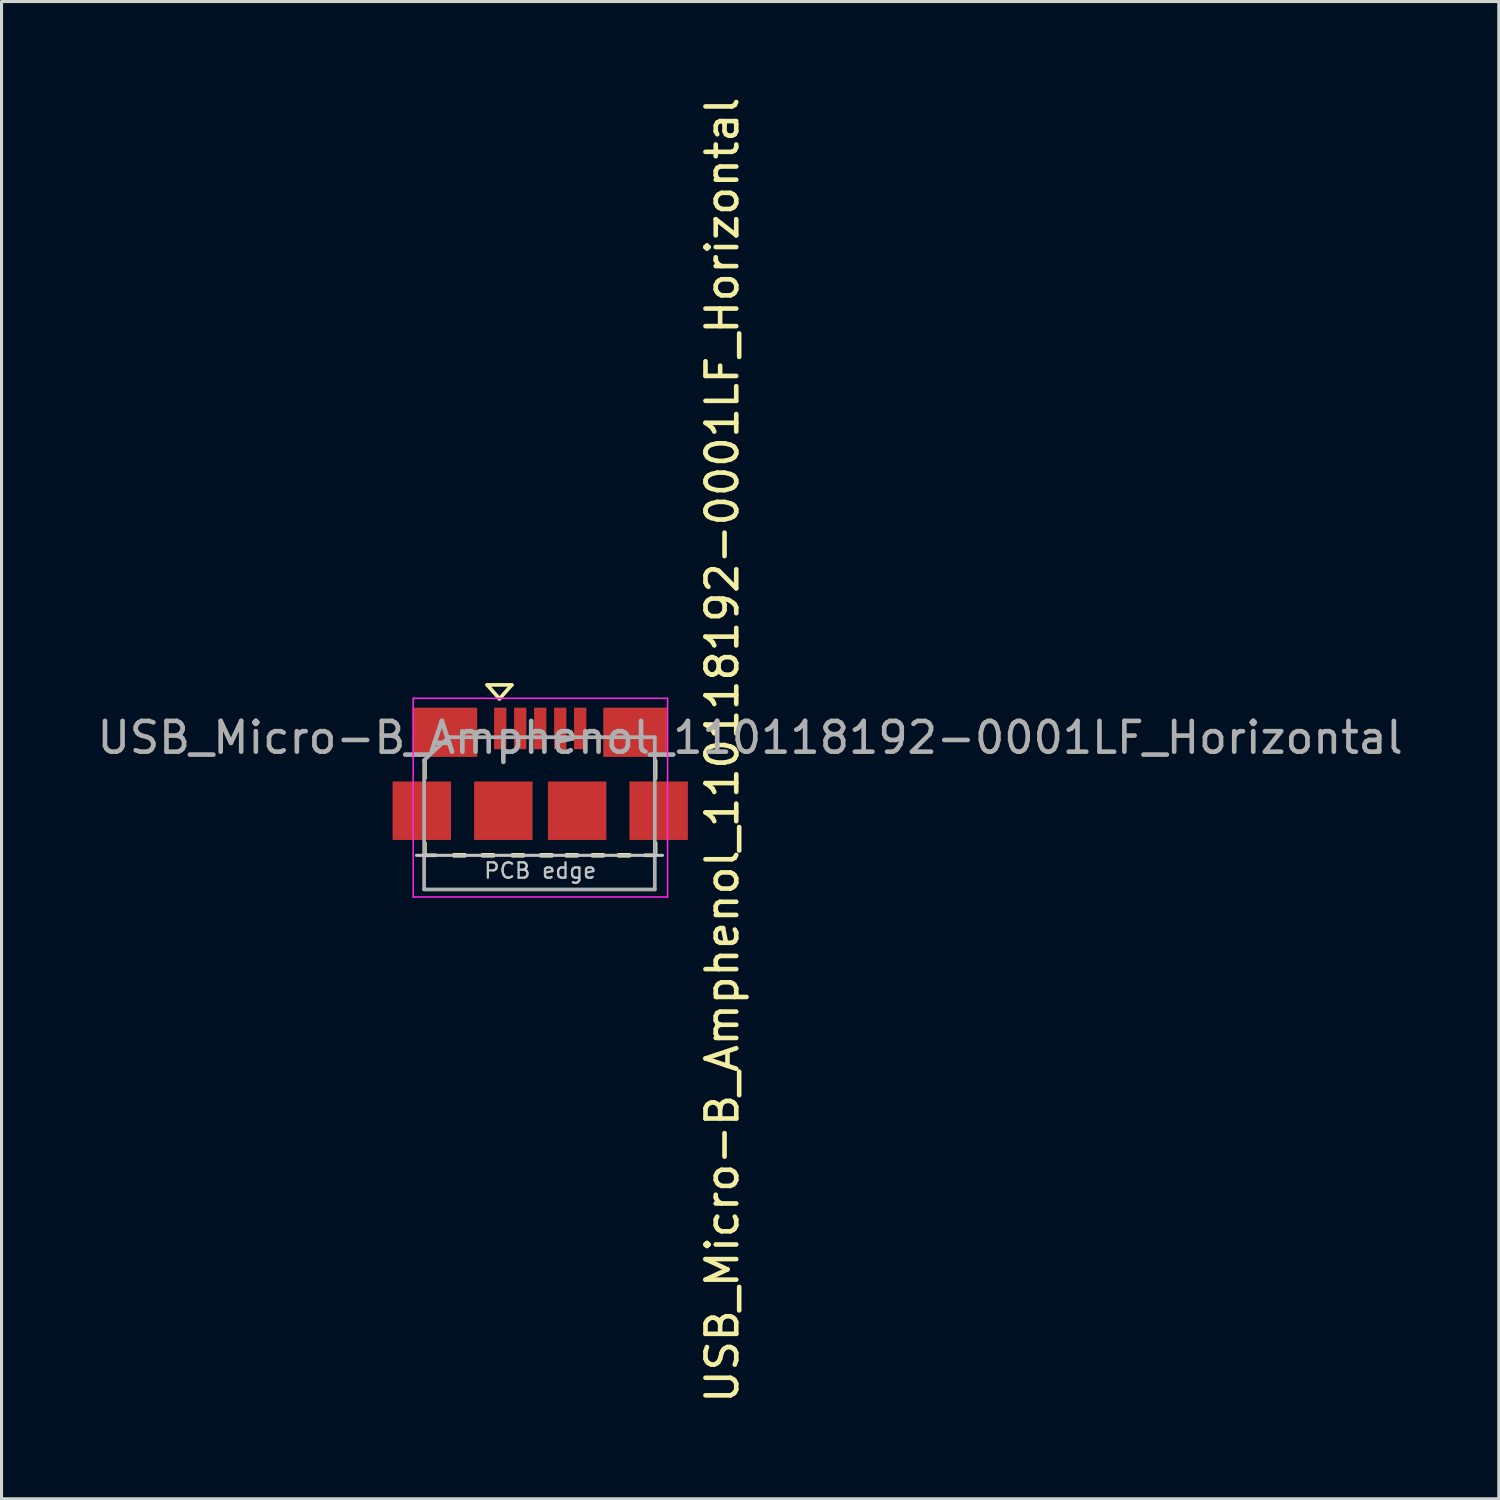
<source format=kicad_pcb>
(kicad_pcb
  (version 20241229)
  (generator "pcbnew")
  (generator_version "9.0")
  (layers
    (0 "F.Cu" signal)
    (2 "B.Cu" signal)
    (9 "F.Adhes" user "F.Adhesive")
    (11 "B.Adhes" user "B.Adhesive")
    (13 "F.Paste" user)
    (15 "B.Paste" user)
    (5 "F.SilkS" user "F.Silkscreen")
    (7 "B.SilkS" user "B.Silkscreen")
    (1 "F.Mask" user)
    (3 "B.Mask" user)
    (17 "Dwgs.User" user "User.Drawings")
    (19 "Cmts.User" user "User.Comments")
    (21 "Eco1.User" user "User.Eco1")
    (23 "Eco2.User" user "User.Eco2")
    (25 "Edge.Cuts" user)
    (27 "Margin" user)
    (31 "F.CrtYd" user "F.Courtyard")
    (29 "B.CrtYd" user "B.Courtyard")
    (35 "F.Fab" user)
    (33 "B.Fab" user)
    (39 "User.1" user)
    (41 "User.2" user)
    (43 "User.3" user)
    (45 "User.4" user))
  (footprint "USB_Micro-B_Amphenol_110118192-0001LF_Horizontal"
    (layer "F.Cu")
    (at 14.514 22.533)
    (property "Reference" "USB_Micro-B_Amphenol_110118192-0001LF_Horizontal" (at 5.918 -1.194 270) (layer "F.SilkS") (effects (font (size 1 1) (thickness 0.15))))
    (attr smd)
    (fp_line (start -3.75 -0.275) (end -3.75 -0.85) (stroke (width 0.12) (type solid)) (layer "F.SilkS"))
    (fp_line (start -3.75 2.225) (end -3.75 1.825) (stroke (width 0.12) (type solid)) (layer "F.SilkS"))
    (fp_line (start -3.4 2.225) (end -3.75 2.225) (stroke (width 0.12) (type solid)) (layer "F.SilkS"))
    (fp_line (start -2.45 2.225) (end -2.8 2.225) (stroke (width 0.15) (type solid)) (layer "F.SilkS"))
    (fp_line (start -1.725 -3.315) (end -0.925 -3.315) (stroke (width 0.12) (type solid)) (layer "F.SilkS"))
    (fp_line (start -1.525 2.225) (end -1.875 2.225) (stroke (width 0.15) (type solid)) (layer "F.SilkS"))
    (fp_line (start -1.325 -2.865) (end -1.725 -3.315) (stroke (width 0.12) (type solid)) (layer "F.SilkS"))
    (fp_line (start -0.925 -3.315) (end -1.325 -2.865) (stroke (width 0.12) (type solid)) (layer "F.SilkS"))
    (fp_line (start -0.55 2.225) (end -0.9 2.225) (stroke (width 0.15) (type solid)) (layer "F.SilkS"))
    (fp_line (start 0.375 2.225) (end 0.025 2.225) (stroke (width 0.15) (type solid)) (layer "F.SilkS"))
    (fp_line (start 1.2 2.225) (end 0.85 2.225) (stroke (width 0.15) (type solid)) (layer "F.SilkS"))
    (fp_line (start 2.05 2.225) (end 1.7 2.225) (stroke (width 0.15) (type solid)) (layer "F.SilkS"))
    (fp_line (start 2.9 2.225) (end 2.55 2.225) (stroke (width 0.15) (type solid)) (layer "F.SilkS"))
    (fp_line (start 3.75 -0.85) (end 3.75 -0.275) (stroke (width 0.12) (type solid)) (layer "F.SilkS"))
    (fp_line (start 3.75 2.225) (end 3.4 2.225) (stroke (width 0.12) (type solid)) (layer "F.SilkS"))
    (fp_line (start 3.75 2.225) (end 3.75 1.825) (stroke (width 0.12) (type solid)) (layer "F.SilkS"))
    (fp_line (start -4.025 2.225) (end 3.975 2.225) (stroke (width 0.1) (type solid)) (layer "Dwgs.User"))
    (fp_line (start -4.13 -2.88) (end -4.13 3.58) (stroke (width 0.05) (type solid)) (layer "F.CrtYd"))
    (fp_line (start -4.13 -2.88) (end 4.14 -2.88) (stroke (width 0.05) (type solid)) (layer "F.CrtYd"))
    (fp_line (start 4.14 3.58) (end -4.13 3.58) (stroke (width 0.05) (type solid)) (layer "F.CrtYd"))
    (fp_line (start 4.14 3.58) (end 4.14 -2.88) (stroke (width 0.05) (type solid)) (layer "F.CrtYd"))
    (fp_line (start -3.775 -0.865) (end -2.975 -1.615) (stroke (width 0.12) (type solid)) (layer "F.Fab"))
    (fp_line (start -3.775 3.335) (end -3.775 -0.865) (stroke (width 0.12) (type solid)) (layer "F.Fab"))
    (fp_line (start -2.975 -1.615) (end 3.725 -1.615) (stroke (width 0.12) (type solid)) (layer "F.Fab"))
    (fp_line (start 3.725 -1.615) (end 3.725 3.335) (stroke (width 0.12) (type solid)) (layer "F.Fab"))
    (fp_line (start 3.725 3.335) (end -3.775 3.335) (stroke (width 0.12) (type solid)) (layer "F.Fab"))
    (fp_text user "PCB edge" (at 0 2.725 0) (layer "Dwgs.User") (effects (font (size 0.5 0.5) (thickness 0.075))))
    (fp_text user "${REFERENCE}" (at 6.825 -1.6 0) (layer "F.Fab") (effects (font (size 1 1) (thickness 0.15))))
    (pad "1" smd rect (at -1.3 -1.9 90) (size 1.35 0.4) (layers "F.Cu" "F.Mask" "F.Paste"))
    (pad "2" smd rect (at -0.65 -1.9 90) (size 1.35 0.4) (layers "F.Cu" "F.Mask" "F.Paste"))
    (pad "3" smd rect (at 0 -1.9 90) (size 1.35 0.4) (layers "F.Cu" "F.Mask" "F.Paste"))
    (pad "4" smd rect (at 0.65 -1.9 90) (size 1.35 0.4) (layers "F.Cu" "F.Mask" "F.Paste"))
    (pad "5" smd rect (at 1.3 -1.9 90) (size 1.35 0.4) (layers "F.Cu" "F.Mask" "F.Paste"))
    (pad "6" smd rect (at -3.85 0.775) (size 1.9 1.9) (layers "F.Cu" "F.Mask" "F.Paste"))
    (pad "6" smd rect (at -3.1 -1.775) (size 2.1 1.6) (layers "F.Cu" "F.Mask" "F.Paste"))
    (pad "6" smd rect (at -1.2 0.775 90) (size 1.9 1.9) (layers "F.Cu" "F.Mask" "F.Paste"))
    (pad "6" smd rect (at 1.2 0.775 90) (size 1.9 1.9) (layers "F.Cu" "F.Mask" "F.Paste"))
    (pad "6" smd rect (at 3.1 -1.775) (size 2.1 1.6) (layers "F.Cu" "F.Mask" "F.Paste"))
    (pad "6" smd rect (at 3.85 0.775) (size 1.9 1.9) (layers "F.Cu" "F.Mask" "F.Paste")))
  (gr_rect
    (start -3 -3)
    (end 45.679 45.679)
    (stroke (width 0.1) (type default))
    (fill no)
    (layer "Edge.Cuts")))
</source>
